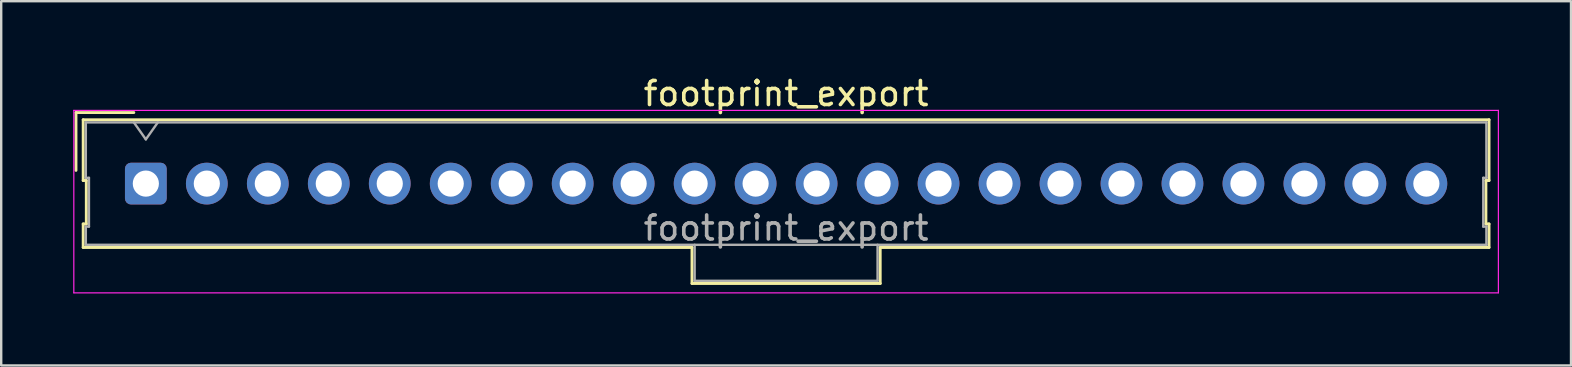
<source format=kicad_pcb>
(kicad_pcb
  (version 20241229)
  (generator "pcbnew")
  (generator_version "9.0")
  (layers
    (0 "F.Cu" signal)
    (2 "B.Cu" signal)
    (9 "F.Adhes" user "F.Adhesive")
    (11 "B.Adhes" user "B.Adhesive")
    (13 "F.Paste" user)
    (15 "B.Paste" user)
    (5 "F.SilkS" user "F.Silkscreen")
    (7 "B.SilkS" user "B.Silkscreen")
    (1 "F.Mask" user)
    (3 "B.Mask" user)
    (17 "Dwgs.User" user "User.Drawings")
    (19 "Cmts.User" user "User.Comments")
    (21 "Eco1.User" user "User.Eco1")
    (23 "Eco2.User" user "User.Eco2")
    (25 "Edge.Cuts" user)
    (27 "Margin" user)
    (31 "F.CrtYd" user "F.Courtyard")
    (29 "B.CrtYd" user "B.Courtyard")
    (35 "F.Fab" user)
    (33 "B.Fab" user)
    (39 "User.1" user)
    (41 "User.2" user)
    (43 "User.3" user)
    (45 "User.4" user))
  (footprint "footprint_export"
    (layer "F.Cu")
    (at 3.025 4.598)
    (property "Reference" "footprint_export" (at 26.67 -3.75 0) (layer "F.SilkS") (effects (font (size 1 1) (thickness 0.15))))
    (attr through_hole)
    (fp_line (start -2.91 -2.96) (end -0.5 -2.96) (stroke (width 0.12) (type solid)) (layer "F.SilkS"))
    (fp_line (start -2.91 -0.55) (end -2.91 -2.96) (stroke (width 0.12) (type solid)) (layer "F.SilkS"))
    (fp_line (start -2.61 -2.66) (end -2.61 -0.13) (stroke (width 0.12) (type solid)) (layer "F.SilkS"))
    (fp_line (start -2.61 -0.13) (end -2.48 -0.13) (stroke (width 0.12) (type solid)) (layer "F.SilkS"))
    (fp_line (start -2.61 1.68) (end -2.61 2.66) (stroke (width 0.12) (type solid)) (layer "F.SilkS"))
    (fp_line (start -2.61 2.66) (end 22.75 2.66) (stroke (width 0.12) (type solid)) (layer "F.SilkS"))
    (fp_line (start -2.48 -0.13) (end -2.48 1.68) (stroke (width 0.12) (type solid)) (layer "F.SilkS"))
    (fp_line (start -2.48 1.68) (end -2.61 1.68) (stroke (width 0.12) (type solid)) (layer "F.SilkS"))
    (fp_line (start 22.75 2.66) (end 22.75 4.16) (stroke (width 0.12) (type solid)) (layer "F.SilkS"))
    (fp_line (start 22.75 4.16) (end 30.59 4.16) (stroke (width 0.12) (type solid)) (layer "F.SilkS"))
    (fp_line (start 30.59 2.66) (end 55.95 2.66) (stroke (width 0.12) (type solid)) (layer "F.SilkS"))
    (fp_line (start 30.59 4.16) (end 30.59 2.66) (stroke (width 0.12) (type solid)) (layer "F.SilkS"))
    (fp_line (start 55.82 -0.13) (end 55.95 -0.13) (stroke (width 0.12) (type solid)) (layer "F.SilkS"))
    (fp_line (start 55.82 1.68) (end 55.82 -0.13) (stroke (width 0.12) (type solid)) (layer "F.SilkS"))
    (fp_line (start 55.95 -2.66) (end -2.61 -2.66) (stroke (width 0.12) (type solid)) (layer "F.SilkS"))
    (fp_line (start 55.95 -0.13) (end 55.95 -2.66) (stroke (width 0.12) (type solid)) (layer "F.SilkS"))
    (fp_line (start 55.95 1.68) (end 55.82 1.68) (stroke (width 0.12) (type solid)) (layer "F.SilkS"))
    (fp_line (start 55.95 2.66) (end 55.95 1.68) (stroke (width 0.12) (type solid)) (layer "F.SilkS"))
    (fp_line (start -3 -3.05) (end -3 4.55) (stroke (width 0.05) (type solid)) (layer "F.CrtYd"))
    (fp_line (start -3 4.55) (end 56.34 4.55) (stroke (width 0.05) (type solid)) (layer "F.CrtYd"))
    (fp_line (start 56.34 -3.05) (end -3 -3.05) (stroke (width 0.05) (type solid)) (layer "F.CrtYd"))
    (fp_line (start 56.34 4.55) (end 56.34 -3.05) (stroke (width 0.05) (type solid)) (layer "F.CrtYd"))
    (fp_line (start -2.5 -2.55) (end -2.5 -0.24) (stroke (width 0.1) (type solid)) (layer "F.Fab"))
    (fp_line (start -2.5 -0.24) (end -2.37 -0.24) (stroke (width 0.1) (type solid)) (layer "F.Fab"))
    (fp_line (start -2.5 1.79) (end -2.5 2.55) (stroke (width 0.1) (type solid)) (layer "F.Fab"))
    (fp_line (start -2.5 2.55) (end 55.84 2.55) (stroke (width 0.1) (type solid)) (layer "F.Fab"))
    (fp_line (start -2.37 -0.24) (end -2.37 1.79) (stroke (width 0.1) (type solid)) (layer "F.Fab"))
    (fp_line (start -2.37 1.79) (end -2.5 1.79) (stroke (width 0.1) (type solid)) (layer "F.Fab"))
    (fp_line (start 0 -1.843) (end -0.5 -2.55) (stroke (width 0.1) (type solid)) (layer "F.Fab"))
    (fp_line (start 0.5 -2.55) (end 0 -1.843) (stroke (width 0.1) (type solid)) (layer "F.Fab"))
    (fp_line (start 22.86 2.55) (end 22.86 4.05) (stroke (width 0.1) (type solid)) (layer "F.Fab"))
    (fp_line (start 22.86 4.05) (end 30.48 4.05) (stroke (width 0.1) (type solid)) (layer "F.Fab"))
    (fp_line (start 30.48 4.05) (end 30.48 2.55) (stroke (width 0.1) (type solid)) (layer "F.Fab"))
    (fp_line (start 55.71 -0.24) (end 55.84 -0.24) (stroke (width 0.1) (type solid)) (layer "F.Fab"))
    (fp_line (start 55.71 1.79) (end 55.71 -0.24) (stroke (width 0.1) (type solid)) (layer "F.Fab"))
    (fp_line (start 55.84 -2.55) (end -2.5 -2.55) (stroke (width 0.1) (type solid)) (layer "F.Fab"))
    (fp_line (start 55.84 -0.24) (end 55.84 -2.55) (stroke (width 0.1) (type solid)) (layer "F.Fab"))
    (fp_line (start 55.84 1.79) (end 55.71 1.79) (stroke (width 0.1) (type solid)) (layer "F.Fab"))
    (fp_line (start 55.84 2.55) (end 55.84 1.79) (stroke (width 0.1) (type solid)) (layer "F.Fab"))
    (fp_text user "${REFERENCE}" (at 26.67 1.85 0) (layer "F.Fab") (effects (font (size 1 1) (thickness 0.15))))
    (pad "1" thru_hole roundrect (at 0 0) (size 1.74 1.74) (drill 1.09) (layers "*.Cu" "*.Mask") (roundrect_rratio 0.144))
    (pad "2" thru_hole circle (at 2.54 0) (size 1.74 1.74) (drill 1.09) (layers "*.Cu" "*.Mask"))
    (pad "3" thru_hole circle (at 5.08 0) (size 1.74 1.74) (drill 1.09) (layers "*.Cu" "*.Mask"))
    (pad "4" thru_hole circle (at 7.62 0) (size 1.74 1.74) (drill 1.09) (layers "*.Cu" "*.Mask"))
    (pad "5" thru_hole circle (at 10.16 0) (size 1.74 1.74) (drill 1.09) (layers "*.Cu" "*.Mask"))
    (pad "6" thru_hole circle (at 12.7 0) (size 1.74 1.74) (drill 1.09) (layers "*.Cu" "*.Mask"))
    (pad "7" thru_hole circle (at 15.24 0) (size 1.74 1.74) (drill 1.09) (layers "*.Cu" "*.Mask"))
    (pad "8" thru_hole circle (at 17.78 0) (size 1.74 1.74) (drill 1.09) (layers "*.Cu" "*.Mask"))
    (pad "9" thru_hole circle (at 20.32 0) (size 1.74 1.74) (drill 1.09) (layers "*.Cu" "*.Mask"))
    (pad "10" thru_hole circle (at 22.86 0) (size 1.74 1.74) (drill 1.09) (layers "*.Cu" "*.Mask"))
    (pad "11" thru_hole circle (at 25.4 0) (size 1.74 1.74) (drill 1.09) (layers "*.Cu" "*.Mask"))
    (pad "12" thru_hole circle (at 27.94 0) (size 1.74 1.74) (drill 1.09) (layers "*.Cu" "*.Mask"))
    (pad "13" thru_hole circle (at 30.48 0) (size 1.74 1.74) (drill 1.09) (layers "*.Cu" "*.Mask"))
    (pad "14" thru_hole circle (at 33.02 0) (size 1.74 1.74) (drill 1.09) (layers "*.Cu" "*.Mask"))
    (pad "15" thru_hole circle (at 35.56 0) (size 1.74 1.74) (drill 1.09) (layers "*.Cu" "*.Mask"))
    (pad "16" thru_hole circle (at 38.1 0) (size 1.74 1.74) (drill 1.09) (layers "*.Cu" "*.Mask"))
    (pad "17" thru_hole circle (at 40.64 0) (size 1.74 1.74) (drill 1.09) (layers "*.Cu" "*.Mask"))
    (pad "18" thru_hole circle (at 43.18 0) (size 1.74 1.74) (drill 1.09) (layers "*.Cu" "*.Mask"))
    (pad "19" thru_hole circle (at 45.72 0) (size 1.74 1.74) (drill 1.09) (layers "*.Cu" "*.Mask"))
    (pad "20" thru_hole circle (at 48.26 0) (size 1.74 1.74) (drill 1.09) (layers "*.Cu" "*.Mask"))
    (pad "21" thru_hole circle (at 50.8 0) (size 1.74 1.74) (drill 1.09) (layers "*.Cu" "*.Mask"))
    (pad "22" thru_hole circle (at 53.34 0) (size 1.74 1.74) (drill 1.09) (layers "*.Cu" "*.Mask")))
  (gr_rect
    (start -3 -3)
    (end 62.39 12.173)
    (stroke (width 0.1) (type default))
    (fill no)
    (layer "Edge.Cuts")))
</source>
